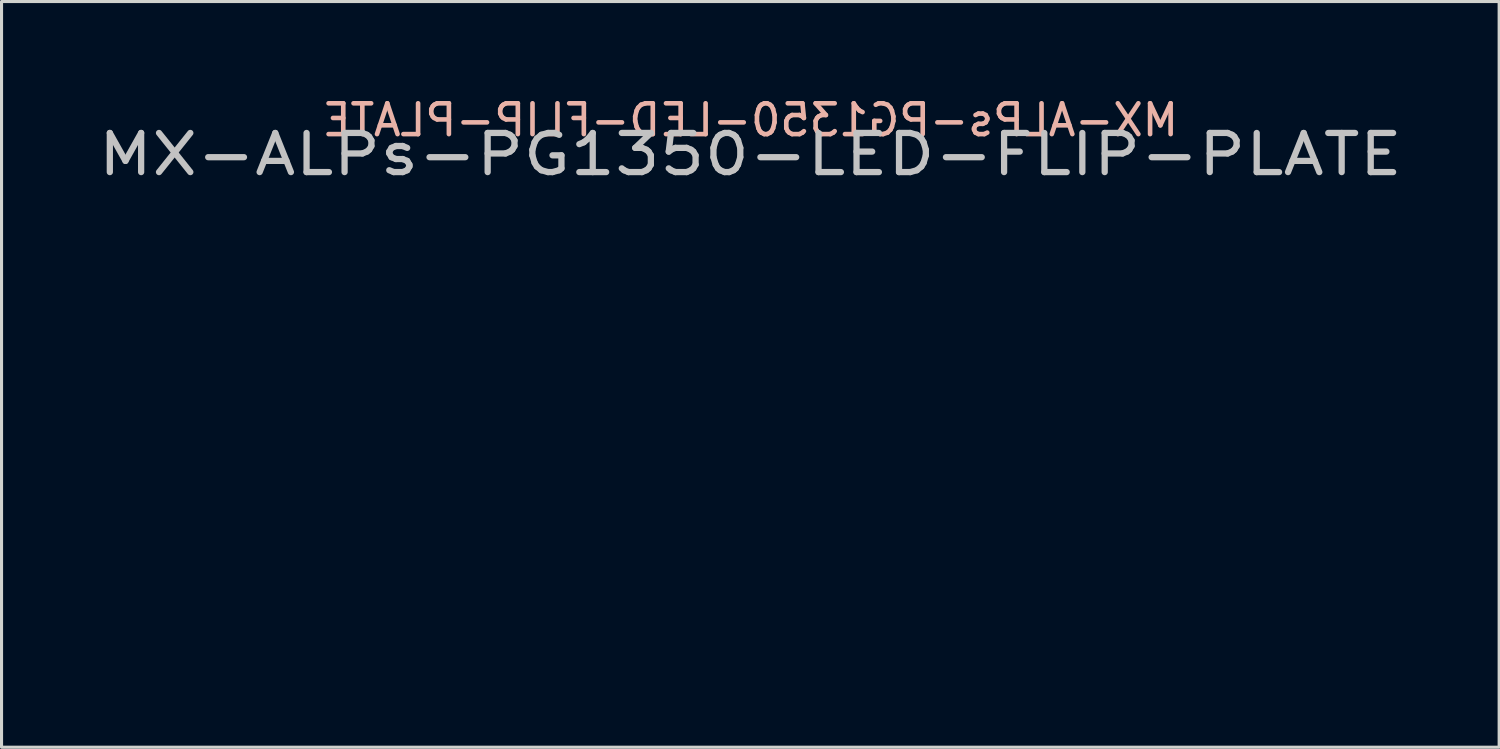
<source format=kicad_pcb>
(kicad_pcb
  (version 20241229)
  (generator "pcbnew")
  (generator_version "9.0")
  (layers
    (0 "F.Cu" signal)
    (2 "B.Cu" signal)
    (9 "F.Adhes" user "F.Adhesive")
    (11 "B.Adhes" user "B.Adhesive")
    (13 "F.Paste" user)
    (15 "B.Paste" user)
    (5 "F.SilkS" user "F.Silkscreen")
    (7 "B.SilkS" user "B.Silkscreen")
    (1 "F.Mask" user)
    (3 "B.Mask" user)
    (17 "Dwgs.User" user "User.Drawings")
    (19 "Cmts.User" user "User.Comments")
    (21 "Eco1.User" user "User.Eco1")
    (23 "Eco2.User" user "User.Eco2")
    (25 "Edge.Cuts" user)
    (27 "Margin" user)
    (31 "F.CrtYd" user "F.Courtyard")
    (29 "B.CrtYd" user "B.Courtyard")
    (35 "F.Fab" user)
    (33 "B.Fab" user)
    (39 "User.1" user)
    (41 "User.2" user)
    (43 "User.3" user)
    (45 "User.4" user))
  (footprint "MX-ALPs-PG1350-LED-FLIP-PLATE"
    (layer "F.Cu")
    (at 21.307 9.103)
    (property "Reference" "MX-ALPs-PG1350-LED-FLIP-PLATE" (at 0 -7.144 0) (layer "Dwgs.User") (effects (font (size 1.27 1.524) (thickness 0.203))))
    (property "Value" " " (at 0 -5.08 0) (layer "F.SilkS") (hide yes) (effects (font (size 1.27 1.524) (thickness 0.203))))
    (attr through_hole)
    (fp_line (start -7.798 -6.005) (end -6.985 -6.005) (stroke (width 0.152) (type solid)) (layer "Eco2.User"))
    (fp_line (start -7.798 -2.504) (end -7.798 -6.005) (stroke (width 0.152) (type solid)) (layer "Eco2.User"))
    (fp_line (start -7.798 2.504) (end -6.985 2.504) (stroke (width 0.152) (type solid)) (layer "Eco2.User"))
    (fp_line (start -7.798 6.005) (end -7.798 2.504) (stroke (width 0.152) (type solid)) (layer "Eco2.User"))
    (fp_line (start -6.985 -6.985) (end 6.985 -6.985) (stroke (width 0.152) (type solid)) (layer "Eco2.User"))
    (fp_line (start -6.985 -6.005) (end -6.985 -6.985) (stroke (width 0.152) (type solid)) (layer "Eco2.User"))
    (fp_line (start -6.985 -2.504) (end -7.798 -2.504) (stroke (width 0.152) (type solid)) (layer "Eco2.User"))
    (fp_line (start -6.985 2.504) (end -6.985 -2.504) (stroke (width 0.152) (type solid)) (layer "Eco2.User"))
    (fp_line (start -6.985 6.005) (end -7.798 6.005) (stroke (width 0.152) (type solid)) (layer "Eco2.User"))
    (fp_line (start -6.985 6.985) (end -6.985 6.005) (stroke (width 0.152) (type solid)) (layer "Eco2.User"))
    (fp_line (start 6.985 -6.985) (end 6.985 -6.005) (stroke (width 0.152) (type solid)) (layer "Eco2.User"))
    (fp_line (start 6.985 -6.005) (end 7.798 -6.005) (stroke (width 0.152) (type solid)) (layer "Eco2.User"))
    (fp_line (start 6.985 -2.504) (end 6.985 2.504) (stroke (width 0.152) (type solid)) (layer "Eco2.User"))
    (fp_line (start 6.985 2.504) (end 7.798 2.504) (stroke (width 0.152) (type solid)) (layer "Eco2.User"))
    (fp_line (start 6.985 6.005) (end 6.985 6.985) (stroke (width 0.152) (type solid)) (layer "Eco2.User"))
    (fp_line (start 6.985 6.985) (end -6.985 6.985) (stroke (width 0.152) (type solid)) (layer "Eco2.User"))
    (fp_line (start 7.798 -6.005) (end 7.798 -2.504) (stroke (width 0.152) (type solid)) (layer "Eco2.User"))
    (fp_line (start 7.798 -2.504) (end 6.985 -2.504) (stroke (width 0.152) (type solid)) (layer "Eco2.User"))
    (fp_line (start 7.798 2.504) (end 7.798 6.005) (stroke (width 0.152) (type solid)) (layer "Eco2.User"))
    (fp_line (start 7.798 6.005) (end 6.985 6.005) (stroke (width 0.152) (type solid)) (layer "Eco2.User"))
    (fp_text user "${REFERENCE}" (at 0 -8.255 180) (layer "B.SilkS") (effects (font (size 1 1) (thickness 0.15)) (justify mirror)))
    (fp_text user "${VALUE}" (at 0 8.255 180) (layer "B.Fab") (effects (font (size 1 1) (thickness 0.15)) (justify mirror))))
  (gr_rect
    (start -3 -3)
    (end 45.614 21.206)
    (stroke (width 0.1) (type default))
    (fill no)
    (layer "Edge.Cuts")))
</source>
